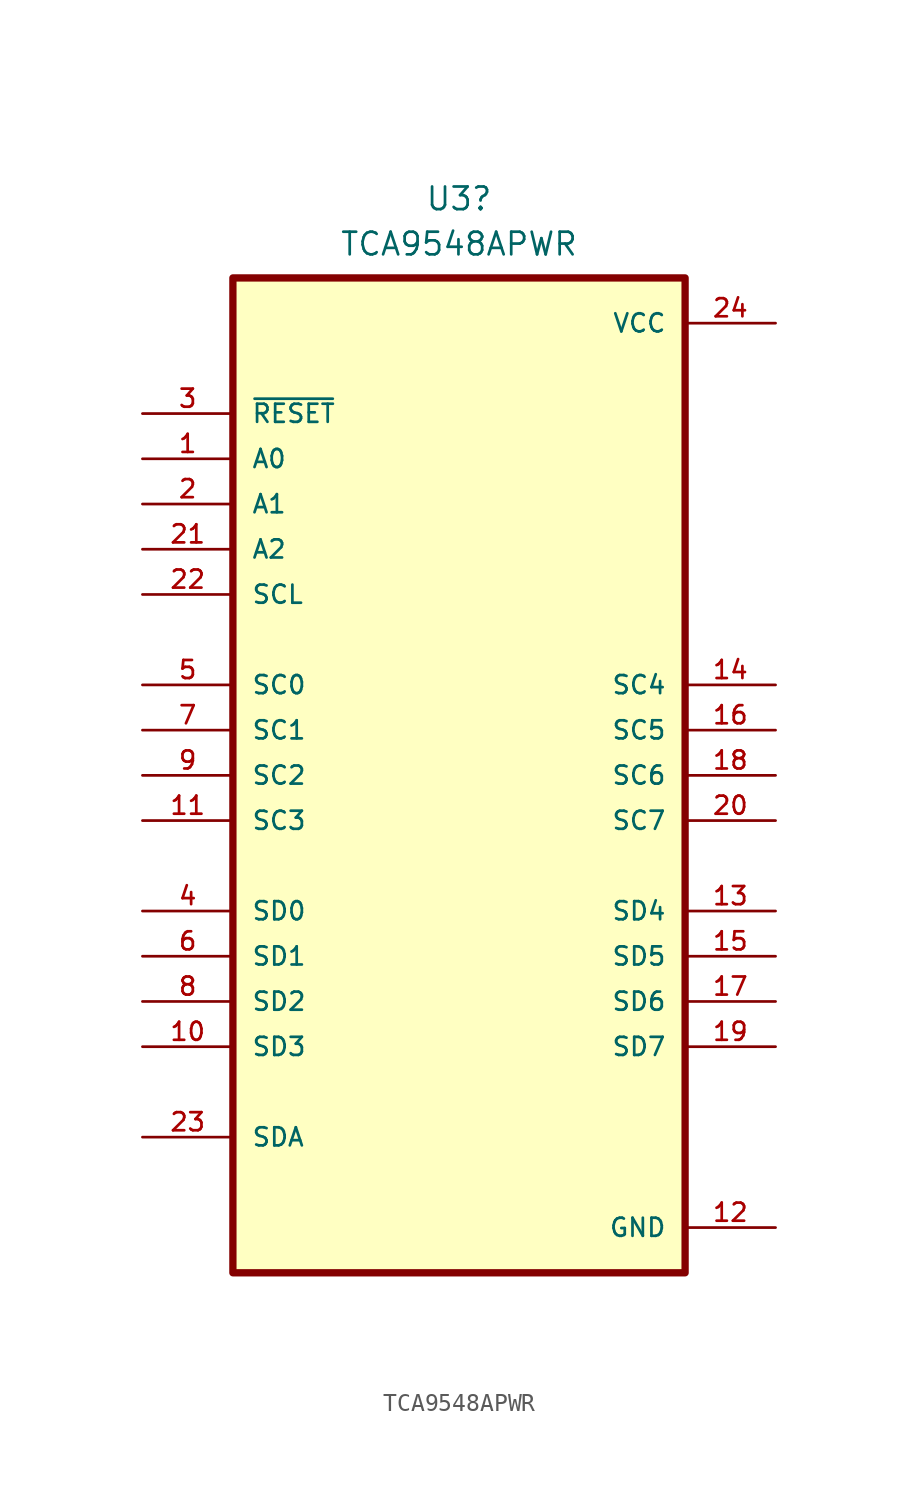
<source format=kicad_sym>
(kicad_symbol_lib
  (version 20220914)
  (generator kicad_symbol_editor)
  (symbol "TCA9548APWR"
    (pin_names
      (offset 1.016))
    (property "Reference" "U3"
      (at 0 32.385 0)
      (effects (font (size 1.27 1.27))))
    (property "Value" "TCA9548APWR"
      (at 0 29.845 0)
      (effects (font (size 1.27 1.27))))
    (symbol "TCA9548APWR_0_0"
      (rectangle (start -12.7 -27.94) (end 12.7 27.94) (stroke (width 0.41) (type default)) (fill (type background)))
      (pin input line (at -17.78 17.78 0) (length 5.08) (name "A0" (effects (font (size 1.016 1.016)))) (number "1" (effects (font (size 1.016 1.016)))))
      (pin bidirectional line (at -17.78 -15.24 0) (length 5.08) (name "SD3" (effects (font (size 1.016 1.016)))) (number "10" (effects (font (size 1.016 1.016)))))
      (pin bidirectional line (at -17.78 -2.54 0) (length 5.08) (name "SC3" (effects (font (size 1.016 1.016)))) (number "11" (effects (font (size 1.016 1.016)))))
      (pin power_in line (at 17.78 -25.4 180) (length 5.08) (name "GND" (effects (font (size 1.016 1.016)))) (number "12" (effects (font (size 1.016 1.016)))))
      (pin bidirectional line (at 17.78 -7.62 180) (length 5.08) (name "SD4" (effects (font (size 1.016 1.016)))) (number "13" (effects (font (size 1.016 1.016)))))
      (pin bidirectional line (at 17.78 5.08 180) (length 5.08) (name "SC4" (effects (font (size 1.016 1.016)))) (number "14" (effects (font (size 1.016 1.016)))))
      (pin bidirectional line (at 17.78 -10.16 180) (length 5.08) (name "SD5" (effects (font (size 1.016 1.016)))) (number "15" (effects (font (size 1.016 1.016)))))
      (pin bidirectional line (at 17.78 2.54 180) (length 5.08) (name "SC5" (effects (font (size 1.016 1.016)))) (number "16" (effects (font (size 1.016 1.016)))))
      (pin bidirectional line (at 17.78 -12.7 180) (length 5.08) (name "SD6" (effects (font (size 1.016 1.016)))) (number "17" (effects (font (size 1.016 1.016)))))
      (pin bidirectional line (at 17.78 0 180) (length 5.08) (name "SC6" (effects (font (size 1.016 1.016)))) (number "18" (effects (font (size 1.016 1.016)))))
      (pin bidirectional line (at 17.78 -15.24 180) (length 5.08) (name "SD7" (effects (font (size 1.016 1.016)))) (number "19" (effects (font (size 1.016 1.016)))))
      (pin input line (at -17.78 15.24 0) (length 5.08) (name "A1" (effects (font (size 1.016 1.016)))) (number "2" (effects (font (size 1.016 1.016)))))
      (pin bidirectional line (at 17.78 -2.54 180) (length 5.08) (name "SC7" (effects (font (size 1.016 1.016)))) (number "20" (effects (font (size 1.016 1.016)))))
      (pin input line (at -17.78 12.7 0) (length 5.08) (name "A2" (effects (font (size 1.016 1.016)))) (number "21" (effects (font (size 1.016 1.016)))))
      (pin input line (at -17.78 10.16 0) (length 5.08) (name "SCL" (effects (font (size 1.016 1.016)))) (number "22" (effects (font (size 1.016 1.016)))))
      (pin bidirectional line (at -17.78 -20.32 0) (length 5.08) (name "SDA" (effects (font (size 1.016 1.016)))) (number "23" (effects (font (size 1.016 1.016)))))
      (pin power_in line (at 17.78 25.4 180) (length 5.08) (name "VCC" (effects (font (size 1.016 1.016)))) (number "24" (effects (font (size 1.016 1.016)))))
      (pin input line (at -17.78 20.32 0) (length 5.08) (name "~{RESET}" (effects (font (size 1.016 1.016)))) (number "3" (effects (font (size 1.016 1.016)))))
      (pin bidirectional line (at -17.78 -7.62 0) (length 5.08) (name "SD0" (effects (font (size 1.016 1.016)))) (number "4" (effects (font (size 1.016 1.016)))))
      (pin bidirectional line (at -17.78 5.08 0) (length 5.08) (name "SC0" (effects (font (size 1.016 1.016)))) (number "5" (effects (font (size 1.016 1.016)))))
      (pin bidirectional line (at -17.78 -10.16 0) (length 5.08) (name "SD1" (effects (font (size 1.016 1.016)))) (number "6" (effects (font (size 1.016 1.016)))))
      (pin bidirectional line (at -17.78 2.54 0) (length 5.08) (name "SC1" (effects (font (size 1.016 1.016)))) (number "7" (effects (font (size 1.016 1.016)))))
      (pin bidirectional line (at -17.78 -12.7 0) (length 5.08) (name "SD2" (effects (font (size 1.016 1.016)))) (number "8" (effects (font (size 1.016 1.016)))))
      (pin bidirectional line (at -17.78 0 0) (length 5.08) (name "SC2" (effects (font (size 1.016 1.016)))) (number "9" (effects (font (size 1.016 1.016))))))))
</source>
